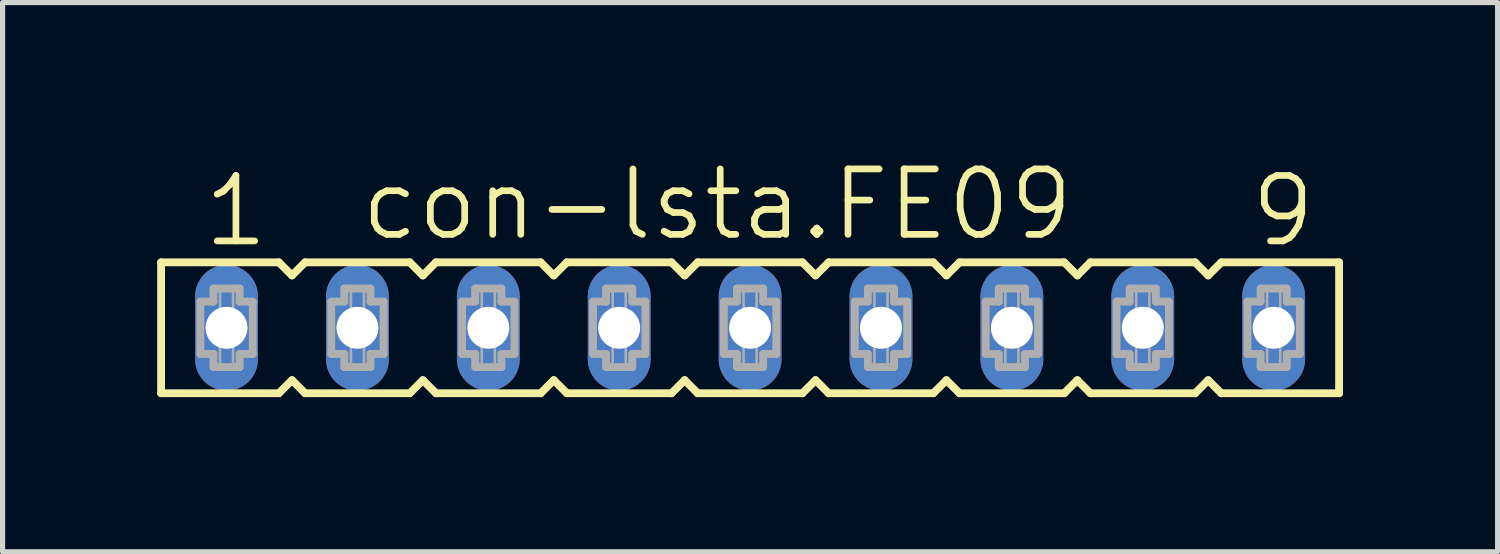
<source format=kicad_pcb>
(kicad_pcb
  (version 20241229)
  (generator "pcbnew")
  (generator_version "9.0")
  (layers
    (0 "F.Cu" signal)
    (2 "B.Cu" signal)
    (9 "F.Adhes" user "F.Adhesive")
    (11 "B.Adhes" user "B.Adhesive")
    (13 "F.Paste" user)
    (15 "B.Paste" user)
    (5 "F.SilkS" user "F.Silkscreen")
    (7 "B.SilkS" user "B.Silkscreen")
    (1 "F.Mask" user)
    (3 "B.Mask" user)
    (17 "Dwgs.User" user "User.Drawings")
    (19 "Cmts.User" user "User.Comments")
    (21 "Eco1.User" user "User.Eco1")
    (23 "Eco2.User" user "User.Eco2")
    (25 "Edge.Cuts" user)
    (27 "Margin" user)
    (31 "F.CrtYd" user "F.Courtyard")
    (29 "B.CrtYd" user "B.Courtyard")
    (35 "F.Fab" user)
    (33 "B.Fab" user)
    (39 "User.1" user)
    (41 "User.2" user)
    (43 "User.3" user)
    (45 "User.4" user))
  (footprint "con-lsta.FE09"
    (layer "F.Cu")
    (at 11.506 3.311)
    (property "Reference" "con-lsta.FE09" (at -7.62 -1.651 0) (layer "F.SilkS") (effects (font (size 1.27 1.27) (thickness 0.13)) (justify left bottom)))
    (attr through_hole)
    (fp_line (start -11.43 -1.27) (end -11.43 1.27) (stroke (width 0.152) (type default)) (layer "F.SilkS"))
    (fp_line (start -11.43 1.27) (end -9.144 1.27) (stroke (width 0.152) (type default)) (layer "F.SilkS"))
    (fp_line (start -9.144 -1.27) (end -11.43 -1.27) (stroke (width 0.152) (type default)) (layer "F.SilkS"))
    (fp_line (start -9.144 1.27) (end -8.89 1.016) (stroke (width 0.152) (type default)) (layer "F.SilkS"))
    (fp_line (start -8.89 -1.016) (end -9.144 -1.27) (stroke (width 0.152) (type default)) (layer "F.SilkS"))
    (fp_line (start -8.89 1.016) (end -8.636 1.27) (stroke (width 0.152) (type default)) (layer "F.SilkS"))
    (fp_line (start -8.636 -1.27) (end -8.89 -1.016) (stroke (width 0.152) (type default)) (layer "F.SilkS"))
    (fp_line (start -8.636 1.27) (end -6.604 1.27) (stroke (width 0.152) (type default)) (layer "F.SilkS"))
    (fp_line (start -6.604 -1.27) (end -8.636 -1.27) (stroke (width 0.152) (type default)) (layer "F.SilkS"))
    (fp_line (start -6.604 1.27) (end -6.35 1.016) (stroke (width 0.152) (type default)) (layer "F.SilkS"))
    (fp_line (start -6.35 -1.016) (end -6.604 -1.27) (stroke (width 0.152) (type default)) (layer "F.SilkS"))
    (fp_line (start -6.35 1.016) (end -6.096 1.27) (stroke (width 0.152) (type default)) (layer "F.SilkS"))
    (fp_line (start -6.096 -1.27) (end -6.35 -1.016) (stroke (width 0.152) (type default)) (layer "F.SilkS"))
    (fp_line (start -6.096 1.27) (end -4.064 1.27) (stroke (width 0.152) (type default)) (layer "F.SilkS"))
    (fp_line (start -4.064 -1.27) (end -6.096 -1.27) (stroke (width 0.152) (type default)) (layer "F.SilkS"))
    (fp_line (start -4.064 1.27) (end -3.81 1.016) (stroke (width 0.152) (type default)) (layer "F.SilkS"))
    (fp_line (start -3.81 -1.016) (end -4.064 -1.27) (stroke (width 0.152) (type default)) (layer "F.SilkS"))
    (fp_line (start -3.81 1.016) (end -3.556 1.27) (stroke (width 0.152) (type default)) (layer "F.SilkS"))
    (fp_line (start -3.556 -1.27) (end -3.81 -1.016) (stroke (width 0.152) (type default)) (layer "F.SilkS"))
    (fp_line (start -3.556 1.27) (end -1.524 1.27) (stroke (width 0.152) (type default)) (layer "F.SilkS"))
    (fp_line (start -1.524 -1.27) (end -3.556 -1.27) (stroke (width 0.152) (type default)) (layer "F.SilkS"))
    (fp_line (start -1.524 1.27) (end -1.27 1.016) (stroke (width 0.152) (type default)) (layer "F.SilkS"))
    (fp_line (start -1.27 -1.016) (end -1.524 -1.27) (stroke (width 0.152) (type default)) (layer "F.SilkS"))
    (fp_line (start -1.27 1.016) (end -1.016 1.27) (stroke (width 0.152) (type default)) (layer "F.SilkS"))
    (fp_line (start -1.016 -1.27) (end -1.27 -1.016) (stroke (width 0.152) (type default)) (layer "F.SilkS"))
    (fp_line (start -1.016 1.27) (end 1.016 1.27) (stroke (width 0.152) (type default)) (layer "F.SilkS"))
    (fp_line (start 1.016 -1.27) (end -1.016 -1.27) (stroke (width 0.152) (type default)) (layer "F.SilkS"))
    (fp_line (start 1.016 1.27) (end 1.27 1.016) (stroke (width 0.152) (type default)) (layer "F.SilkS"))
    (fp_line (start 1.27 -1.016) (end 1.016 -1.27) (stroke (width 0.152) (type default)) (layer "F.SilkS"))
    (fp_line (start 1.27 1.016) (end 1.524 1.27) (stroke (width 0.152) (type default)) (layer "F.SilkS"))
    (fp_line (start 1.524 -1.27) (end 1.27 -1.016) (stroke (width 0.152) (type default)) (layer "F.SilkS"))
    (fp_line (start 1.524 1.27) (end 3.556 1.27) (stroke (width 0.152) (type default)) (layer "F.SilkS"))
    (fp_line (start 3.556 -1.27) (end 1.524 -1.27) (stroke (width 0.152) (type default)) (layer "F.SilkS"))
    (fp_line (start 3.556 1.27) (end 3.81 1.016) (stroke (width 0.152) (type default)) (layer "F.SilkS"))
    (fp_line (start 3.81 -1.016) (end 3.556 -1.27) (stroke (width 0.152) (type default)) (layer "F.SilkS"))
    (fp_line (start 3.81 1.016) (end 4.064 1.27) (stroke (width 0.152) (type default)) (layer "F.SilkS"))
    (fp_line (start 4.064 -1.27) (end 3.81 -1.016) (stroke (width 0.152) (type default)) (layer "F.SilkS"))
    (fp_line (start 4.064 1.27) (end 6.096 1.27) (stroke (width 0.152) (type default)) (layer "F.SilkS"))
    (fp_line (start 6.096 -1.27) (end 4.064 -1.27) (stroke (width 0.152) (type default)) (layer "F.SilkS"))
    (fp_line (start 6.096 1.27) (end 6.35 1.016) (stroke (width 0.152) (type default)) (layer "F.SilkS"))
    (fp_line (start 6.35 -1.016) (end 6.096 -1.27) (stroke (width 0.152) (type default)) (layer "F.SilkS"))
    (fp_line (start 6.35 1.016) (end 6.604 1.27) (stroke (width 0.152) (type default)) (layer "F.SilkS"))
    (fp_line (start 6.604 -1.27) (end 6.35 -1.016) (stroke (width 0.152) (type default)) (layer "F.SilkS"))
    (fp_line (start 6.604 1.27) (end 8.636 1.27) (stroke (width 0.152) (type default)) (layer "F.SilkS"))
    (fp_line (start 8.636 -1.27) (end 6.604 -1.27) (stroke (width 0.152) (type default)) (layer "F.SilkS"))
    (fp_line (start 8.636 1.27) (end 8.89 1.016) (stroke (width 0.152) (type default)) (layer "F.SilkS"))
    (fp_line (start 8.89 -1.016) (end 8.636 -1.27) (stroke (width 0.152) (type default)) (layer "F.SilkS"))
    (fp_line (start 8.89 1.016) (end 9.144 1.27) (stroke (width 0.152) (type default)) (layer "F.SilkS"))
    (fp_line (start 9.144 -1.27) (end 8.89 -1.016) (stroke (width 0.152) (type default)) (layer "F.SilkS"))
    (fp_line (start 9.144 1.27) (end 11.43 1.27) (stroke (width 0.152) (type default)) (layer "F.SilkS"))
    (fp_line (start 11.43 -1.27) (end 9.144 -1.27) (stroke (width 0.152) (type default)) (layer "F.SilkS"))
    (fp_line (start 11.43 1.27) (end 11.43 -1.27) (stroke (width 0.152) (type default)) (layer "F.SilkS"))
    (fp_line (start -10.668 -0.508) (end -10.668 0.508) (stroke (width 0.152) (type default)) (layer "F.Fab"))
    (fp_line (start -10.668 0.508) (end -10.414 0.508) (stroke (width 0.152) (type default)) (layer "F.Fab"))
    (fp_line (start -10.414 -0.762) (end -10.414 -0.508) (stroke (width 0.152) (type default)) (layer "F.Fab"))
    (fp_line (start -10.414 -0.508) (end -10.668 -0.508) (stroke (width 0.152) (type default)) (layer "F.Fab"))
    (fp_line (start -10.414 0.508) (end -10.414 0.762) (stroke (width 0.152) (type default)) (layer "F.Fab"))
    (fp_line (start -10.414 0.762) (end -9.906 0.762) (stroke (width 0.152) (type default)) (layer "F.Fab"))
    (fp_line (start -9.906 -0.762) (end -10.414 -0.762) (stroke (width 0.152) (type default)) (layer "F.Fab"))
    (fp_line (start -9.906 -0.508) (end -9.906 -0.762) (stroke (width 0.152) (type default)) (layer "F.Fab"))
    (fp_line (start -9.906 0.508) (end -9.652 0.508) (stroke (width 0.152) (type default)) (layer "F.Fab"))
    (fp_line (start -9.906 0.762) (end -9.906 0.508) (stroke (width 0.152) (type default)) (layer "F.Fab"))
    (fp_line (start -9.652 -0.508) (end -9.906 -0.508) (stroke (width 0.152) (type default)) (layer "F.Fab"))
    (fp_line (start -9.652 0.508) (end -9.652 -0.508) (stroke (width 0.152) (type default)) (layer "F.Fab"))
    (fp_line (start -8.128 -0.508) (end -8.128 0.508) (stroke (width 0.152) (type default)) (layer "F.Fab"))
    (fp_line (start -8.128 0.508) (end -7.874 0.508) (stroke (width 0.152) (type default)) (layer "F.Fab"))
    (fp_line (start -7.874 -0.762) (end -7.874 -0.508) (stroke (width 0.152) (type default)) (layer "F.Fab"))
    (fp_line (start -7.874 -0.508) (end -8.128 -0.508) (stroke (width 0.152) (type default)) (layer "F.Fab"))
    (fp_line (start -7.874 0.508) (end -7.874 0.762) (stroke (width 0.152) (type default)) (layer "F.Fab"))
    (fp_line (start -7.874 0.762) (end -7.366 0.762) (stroke (width 0.152) (type default)) (layer "F.Fab"))
    (fp_line (start -7.366 -0.762) (end -7.874 -0.762) (stroke (width 0.152) (type default)) (layer "F.Fab"))
    (fp_line (start -7.366 -0.508) (end -7.366 -0.762) (stroke (width 0.152) (type default)) (layer "F.Fab"))
    (fp_line (start -7.366 0.508) (end -7.112 0.508) (stroke (width 0.152) (type default)) (layer "F.Fab"))
    (fp_line (start -7.366 0.762) (end -7.366 0.508) (stroke (width 0.152) (type default)) (layer "F.Fab"))
    (fp_line (start -7.112 -0.508) (end -7.366 -0.508) (stroke (width 0.152) (type default)) (layer "F.Fab"))
    (fp_line (start -7.112 0.508) (end -7.112 -0.508) (stroke (width 0.152) (type default)) (layer "F.Fab"))
    (fp_line (start -5.588 -0.508) (end -5.588 0.508) (stroke (width 0.152) (type default)) (layer "F.Fab"))
    (fp_line (start -5.588 0.508) (end -5.334 0.508) (stroke (width 0.152) (type default)) (layer "F.Fab"))
    (fp_line (start -5.334 -0.762) (end -5.334 -0.508) (stroke (width 0.152) (type default)) (layer "F.Fab"))
    (fp_line (start -5.334 -0.508) (end -5.588 -0.508) (stroke (width 0.152) (type default)) (layer "F.Fab"))
    (fp_line (start -5.334 0.508) (end -5.334 0.762) (stroke (width 0.152) (type default)) (layer "F.Fab"))
    (fp_line (start -5.334 0.762) (end -4.826 0.762) (stroke (width 0.152) (type default)) (layer "F.Fab"))
    (fp_line (start -4.826 -0.762) (end -5.334 -0.762) (stroke (width 0.152) (type default)) (layer "F.Fab"))
    (fp_line (start -4.826 -0.508) (end -4.826 -0.762) (stroke (width 0.152) (type default)) (layer "F.Fab"))
    (fp_line (start -4.826 0.508) (end -4.572 0.508) (stroke (width 0.152) (type default)) (layer "F.Fab"))
    (fp_line (start -4.826 0.762) (end -4.826 0.508) (stroke (width 0.152) (type default)) (layer "F.Fab"))
    (fp_line (start -4.572 -0.508) (end -4.826 -0.508) (stroke (width 0.152) (type default)) (layer "F.Fab"))
    (fp_line (start -4.572 0.508) (end -4.572 -0.508) (stroke (width 0.152) (type default)) (layer "F.Fab"))
    (fp_line (start -3.048 -0.508) (end -3.048 0.508) (stroke (width 0.152) (type default)) (layer "F.Fab"))
    (fp_line (start -3.048 0.508) (end -2.794 0.508) (stroke (width 0.152) (type default)) (layer "F.Fab"))
    (fp_line (start -2.794 -0.762) (end -2.794 -0.508) (stroke (width 0.152) (type default)) (layer "F.Fab"))
    (fp_line (start -2.794 -0.508) (end -3.048 -0.508) (stroke (width 0.152) (type default)) (layer "F.Fab"))
    (fp_line (start -2.794 0.508) (end -2.794 0.762) (stroke (width 0.152) (type default)) (layer "F.Fab"))
    (fp_line (start -2.794 0.762) (end -2.286 0.762) (stroke (width 0.152) (type default)) (layer "F.Fab"))
    (fp_line (start -2.286 -0.762) (end -2.794 -0.762) (stroke (width 0.152) (type default)) (layer "F.Fab"))
    (fp_line (start -2.286 -0.508) (end -2.286 -0.762) (stroke (width 0.152) (type default)) (layer "F.Fab"))
    (fp_line (start -2.286 0.508) (end -2.032 0.508) (stroke (width 0.152) (type default)) (layer "F.Fab"))
    (fp_line (start -2.286 0.762) (end -2.286 0.508) (stroke (width 0.152) (type default)) (layer "F.Fab"))
    (fp_line (start -2.032 -0.508) (end -2.286 -0.508) (stroke (width 0.152) (type default)) (layer "F.Fab"))
    (fp_line (start -2.032 0.508) (end -2.032 -0.508) (stroke (width 0.152) (type default)) (layer "F.Fab"))
    (fp_line (start -0.508 -0.508) (end -0.508 0.508) (stroke (width 0.152) (type default)) (layer "F.Fab"))
    (fp_line (start -0.508 0.508) (end -0.254 0.508) (stroke (width 0.152) (type default)) (layer "F.Fab"))
    (fp_line (start -0.254 -0.762) (end -0.254 -0.508) (stroke (width 0.152) (type default)) (layer "F.Fab"))
    (fp_line (start -0.254 -0.508) (end -0.508 -0.508) (stroke (width 0.152) (type default)) (layer "F.Fab"))
    (fp_line (start -0.254 0.508) (end -0.254 0.762) (stroke (width 0.152) (type default)) (layer "F.Fab"))
    (fp_line (start -0.254 0.762) (end 0.254 0.762) (stroke (width 0.152) (type default)) (layer "F.Fab"))
    (fp_line (start 0.254 -0.762) (end -0.254 -0.762) (stroke (width 0.152) (type default)) (layer "F.Fab"))
    (fp_line (start 0.254 -0.508) (end 0.254 -0.762) (stroke (width 0.152) (type default)) (layer "F.Fab"))
    (fp_line (start 0.254 0.508) (end 0.508 0.508) (stroke (width 0.152) (type default)) (layer "F.Fab"))
    (fp_line (start 0.254 0.762) (end 0.254 0.508) (stroke (width 0.152) (type default)) (layer "F.Fab"))
    (fp_line (start 0.508 -0.508) (end 0.254 -0.508) (stroke (width 0.152) (type default)) (layer "F.Fab"))
    (fp_line (start 0.508 0.508) (end 0.508 -0.508) (stroke (width 0.152) (type default)) (layer "F.Fab"))
    (fp_line (start 2.032 -0.508) (end 2.032 0.508) (stroke (width 0.152) (type default)) (layer "F.Fab"))
    (fp_line (start 2.032 0.508) (end 2.286 0.508) (stroke (width 0.152) (type default)) (layer "F.Fab"))
    (fp_line (start 2.286 -0.762) (end 2.286 -0.508) (stroke (width 0.152) (type default)) (layer "F.Fab"))
    (fp_line (start 2.286 -0.508) (end 2.032 -0.508) (stroke (width 0.152) (type default)) (layer "F.Fab"))
    (fp_line (start 2.286 0.508) (end 2.286 0.762) (stroke (width 0.152) (type default)) (layer "F.Fab"))
    (fp_line (start 2.286 0.762) (end 2.794 0.762) (stroke (width 0.152) (type default)) (layer "F.Fab"))
    (fp_line (start 2.794 -0.762) (end 2.286 -0.762) (stroke (width 0.152) (type default)) (layer "F.Fab"))
    (fp_line (start 2.794 -0.508) (end 2.794 -0.762) (stroke (width 0.152) (type default)) (layer "F.Fab"))
    (fp_line (start 2.794 0.508) (end 3.048 0.508) (stroke (width 0.152) (type default)) (layer "F.Fab"))
    (fp_line (start 2.794 0.762) (end 2.794 0.508) (stroke (width 0.152) (type default)) (layer "F.Fab"))
    (fp_line (start 3.048 -0.508) (end 2.794 -0.508) (stroke (width 0.152) (type default)) (layer "F.Fab"))
    (fp_line (start 3.048 0.508) (end 3.048 -0.508) (stroke (width 0.152) (type default)) (layer "F.Fab"))
    (fp_line (start 4.572 -0.508) (end 4.572 0.508) (stroke (width 0.152) (type default)) (layer "F.Fab"))
    (fp_line (start 4.572 0.508) (end 4.826 0.508) (stroke (width 0.152) (type default)) (layer "F.Fab"))
    (fp_line (start 4.826 -0.762) (end 4.826 -0.508) (stroke (width 0.152) (type default)) (layer "F.Fab"))
    (fp_line (start 4.826 -0.508) (end 4.572 -0.508) (stroke (width 0.152) (type default)) (layer "F.Fab"))
    (fp_line (start 4.826 0.508) (end 4.826 0.762) (stroke (width 0.152) (type default)) (layer "F.Fab"))
    (fp_line (start 4.826 0.762) (end 5.334 0.762) (stroke (width 0.152) (type default)) (layer "F.Fab"))
    (fp_line (start 5.334 -0.762) (end 4.826 -0.762) (stroke (width 0.152) (type default)) (layer "F.Fab"))
    (fp_line (start 5.334 -0.508) (end 5.334 -0.762) (stroke (width 0.152) (type default)) (layer "F.Fab"))
    (fp_line (start 5.334 0.508) (end 5.588 0.508) (stroke (width 0.152) (type default)) (layer "F.Fab"))
    (fp_line (start 5.334 0.762) (end 5.334 0.508) (stroke (width 0.152) (type default)) (layer "F.Fab"))
    (fp_line (start 5.588 -0.508) (end 5.334 -0.508) (stroke (width 0.152) (type default)) (layer "F.Fab"))
    (fp_line (start 5.588 0.508) (end 5.588 -0.508) (stroke (width 0.152) (type default)) (layer "F.Fab"))
    (fp_line (start 7.112 -0.508) (end 7.112 0.508) (stroke (width 0.152) (type default)) (layer "F.Fab"))
    (fp_line (start 7.112 0.508) (end 7.366 0.508) (stroke (width 0.152) (type default)) (layer "F.Fab"))
    (fp_line (start 7.366 -0.762) (end 7.366 -0.508) (stroke (width 0.152) (type default)) (layer "F.Fab"))
    (fp_line (start 7.366 -0.508) (end 7.112 -0.508) (stroke (width 0.152) (type default)) (layer "F.Fab"))
    (fp_line (start 7.366 0.508) (end 7.366 0.762) (stroke (width 0.152) (type default)) (layer "F.Fab"))
    (fp_line (start 7.366 0.762) (end 7.874 0.762) (stroke (width 0.152) (type default)) (layer "F.Fab"))
    (fp_line (start 7.874 -0.762) (end 7.366 -0.762) (stroke (width 0.152) (type default)) (layer "F.Fab"))
    (fp_line (start 7.874 -0.508) (end 7.874 -0.762) (stroke (width 0.152) (type default)) (layer "F.Fab"))
    (fp_line (start 7.874 0.508) (end 8.128 0.508) (stroke (width 0.152) (type default)) (layer "F.Fab"))
    (fp_line (start 7.874 0.762) (end 7.874 0.508) (stroke (width 0.152) (type default)) (layer "F.Fab"))
    (fp_line (start 8.128 -0.508) (end 7.874 -0.508) (stroke (width 0.152) (type default)) (layer "F.Fab"))
    (fp_line (start 8.128 0.508) (end 8.128 -0.508) (stroke (width 0.152) (type default)) (layer "F.Fab"))
    (fp_line (start 9.652 -0.508) (end 9.652 0.508) (stroke (width 0.152) (type default)) (layer "F.Fab"))
    (fp_line (start 9.652 0.508) (end 9.906 0.508) (stroke (width 0.152) (type default)) (layer "F.Fab"))
    (fp_line (start 9.906 -0.762) (end 9.906 -0.508) (stroke (width 0.152) (type default)) (layer "F.Fab"))
    (fp_line (start 9.906 -0.508) (end 9.652 -0.508) (stroke (width 0.152) (type default)) (layer "F.Fab"))
    (fp_line (start 9.906 0.508) (end 9.906 0.762) (stroke (width 0.152) (type default)) (layer "F.Fab"))
    (fp_line (start 9.906 0.762) (end 10.414 0.762) (stroke (width 0.152) (type default)) (layer "F.Fab"))
    (fp_line (start 10.414 -0.762) (end 9.906 -0.762) (stroke (width 0.152) (type default)) (layer "F.Fab"))
    (fp_line (start 10.414 -0.508) (end 10.414 -0.762) (stroke (width 0.152) (type default)) (layer "F.Fab"))
    (fp_line (start 10.414 0.508) (end 10.668 0.508) (stroke (width 0.152) (type default)) (layer "F.Fab"))
    (fp_line (start 10.414 0.762) (end 10.414 0.508) (stroke (width 0.152) (type default)) (layer "F.Fab"))
    (fp_line (start 10.668 -0.508) (end 10.414 -0.508) (stroke (width 0.152) (type default)) (layer "F.Fab"))
    (fp_line (start 10.668 0.508) (end 10.668 -0.508) (stroke (width 0.152) (type default)) (layer "F.Fab"))
    (fp_rect (start -10.287 -0.254) (end -10.033 -0.762) (stroke (width 0.05) (type default)) (fill no) (layer "F.Fab"))
    (fp_rect (start -10.287 0.762) (end -10.033 0.254) (stroke (width 0.05) (type default)) (fill no) (layer "F.Fab"))
    (fp_rect (start -7.747 -0.254) (end -7.493 -0.762) (stroke (width 0.05) (type default)) (fill no) (layer "F.Fab"))
    (fp_rect (start -7.747 0.762) (end -7.493 0.254) (stroke (width 0.05) (type default)) (fill no) (layer "F.Fab"))
    (fp_rect (start -5.207 -0.254) (end -4.953 -0.762) (stroke (width 0.05) (type default)) (fill no) (layer "F.Fab"))
    (fp_rect (start -5.207 0.762) (end -4.953 0.254) (stroke (width 0.05) (type default)) (fill no) (layer "F.Fab"))
    (fp_rect (start -2.667 -0.254) (end -2.413 -0.762) (stroke (width 0.05) (type default)) (fill no) (layer "F.Fab"))
    (fp_rect (start -2.667 0.762) (end -2.413 0.254) (stroke (width 0.05) (type default)) (fill no) (layer "F.Fab"))
    (fp_rect (start -0.127 -0.254) (end 0.127 -0.762) (stroke (width 0.05) (type default)) (fill no) (layer "F.Fab"))
    (fp_rect (start -0.127 0.762) (end 0.127 0.254) (stroke (width 0.05) (type default)) (fill no) (layer "F.Fab"))
    (fp_rect (start 2.413 -0.254) (end 2.667 -0.762) (stroke (width 0.05) (type default)) (fill no) (layer "F.Fab"))
    (fp_rect (start 2.413 0.762) (end 2.667 0.254) (stroke (width 0.05) (type default)) (fill no) (layer "F.Fab"))
    (fp_rect (start 4.953 -0.254) (end 5.207 -0.762) (stroke (width 0.05) (type default)) (fill no) (layer "F.Fab"))
    (fp_rect (start 4.953 0.762) (end 5.207 0.254) (stroke (width 0.05) (type default)) (fill no) (layer "F.Fab"))
    (fp_rect (start 7.493 -0.254) (end 7.747 -0.762) (stroke (width 0.05) (type default)) (fill no) (layer "F.Fab"))
    (fp_rect (start 7.493 0.762) (end 7.747 0.254) (stroke (width 0.05) (type default)) (fill no) (layer "F.Fab"))
    (fp_rect (start 10.033 -0.254) (end 10.287 -0.762) (stroke (width 0.05) (type default)) (fill no) (layer "F.Fab"))
    (fp_rect (start 10.033 0.762) (end 10.287 0.254) (stroke (width 0.05) (type default)) (fill no) (layer "F.Fab"))
    (fp_text user "9" (at 9.652 -1.524 0) (layer "F.SilkS") (effects (font (size 1.27 1.27) (thickness 0.13)) (justify left bottom)))
    (fp_text user "1" (at -10.668 -1.524 0) (layer "F.SilkS") (effects (font (size 1.27 1.27) (thickness 0.13)) (justify left bottom)))
    (pad "1" thru_hole oval (at -10.16 0 90) (size 2.438 1.219) (drill 0.813) (layers "*.Cu" "*.Mask"))
    (pad "2" thru_hole oval (at -7.62 0 90) (size 2.438 1.219) (drill 0.813) (layers "*.Cu" "*.Mask"))
    (pad "3" thru_hole oval (at -5.08 0 90) (size 2.438 1.219) (drill 0.813) (layers "*.Cu" "*.Mask"))
    (pad "4" thru_hole oval (at -2.54 0 90) (size 2.438 1.219) (drill 0.813) (layers "*.Cu" "*.Mask"))
    (pad "5" thru_hole oval (at 0 0 90) (size 2.438 1.219) (drill 0.813) (layers "*.Cu" "*.Mask"))
    (pad "6" thru_hole oval (at 2.54 0 90) (size 2.438 1.219) (drill 0.813) (layers "*.Cu" "*.Mask"))
    (pad "7" thru_hole oval (at 5.08 0 90) (size 2.438 1.219) (drill 0.813) (layers "*.Cu" "*.Mask"))
    (pad "8" thru_hole oval (at 7.62 0 90) (size 2.438 1.219) (drill 0.813) (layers "*.Cu" "*.Mask"))
    (pad "9" thru_hole oval (at 10.16 0 90) (size 2.438 1.219) (drill 0.813) (layers "*.Cu" "*.Mask")))
  (gr_rect
    (start -3 -3)
    (end 26.012 7.657)
    (stroke (width 0.1) (type default))
    (fill no)
    (layer "Edge.Cuts")))
</source>
